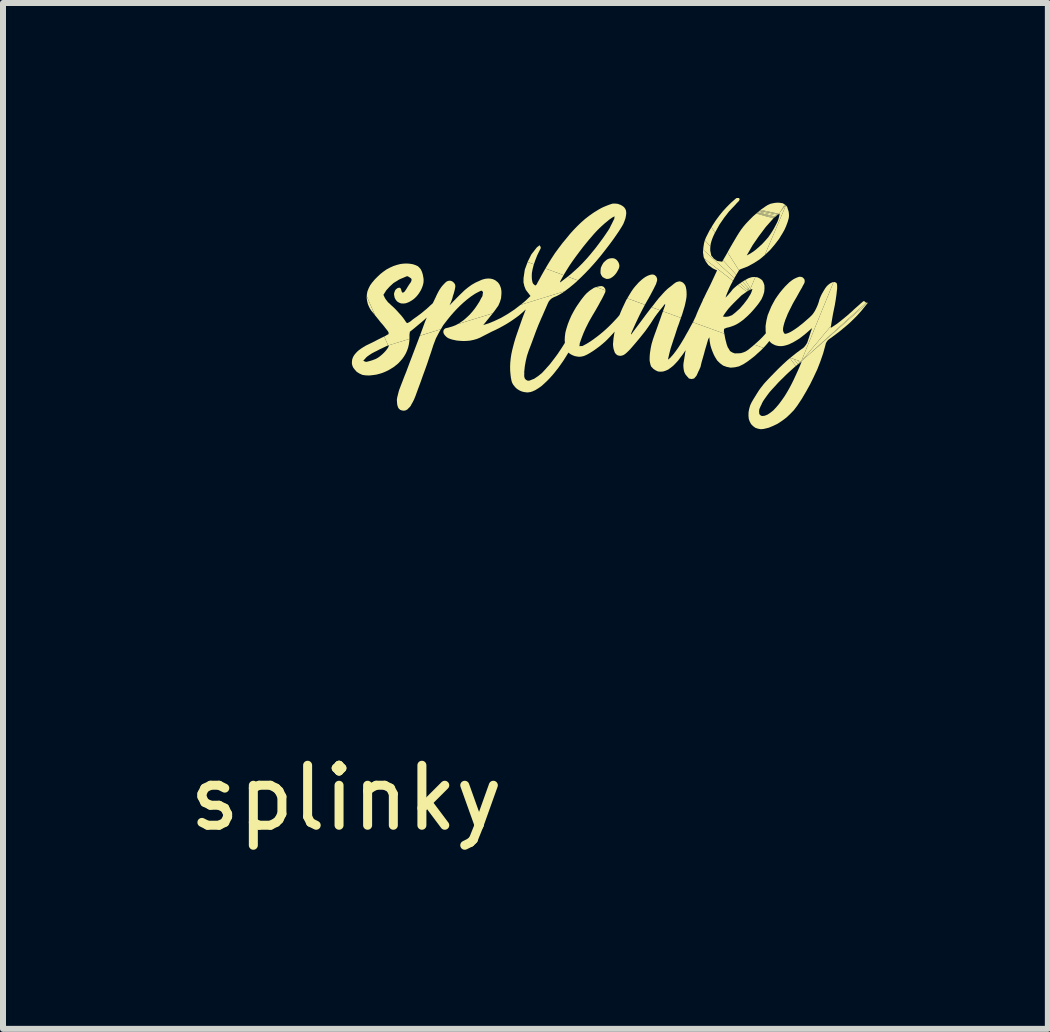
<source format=kicad_pcb>
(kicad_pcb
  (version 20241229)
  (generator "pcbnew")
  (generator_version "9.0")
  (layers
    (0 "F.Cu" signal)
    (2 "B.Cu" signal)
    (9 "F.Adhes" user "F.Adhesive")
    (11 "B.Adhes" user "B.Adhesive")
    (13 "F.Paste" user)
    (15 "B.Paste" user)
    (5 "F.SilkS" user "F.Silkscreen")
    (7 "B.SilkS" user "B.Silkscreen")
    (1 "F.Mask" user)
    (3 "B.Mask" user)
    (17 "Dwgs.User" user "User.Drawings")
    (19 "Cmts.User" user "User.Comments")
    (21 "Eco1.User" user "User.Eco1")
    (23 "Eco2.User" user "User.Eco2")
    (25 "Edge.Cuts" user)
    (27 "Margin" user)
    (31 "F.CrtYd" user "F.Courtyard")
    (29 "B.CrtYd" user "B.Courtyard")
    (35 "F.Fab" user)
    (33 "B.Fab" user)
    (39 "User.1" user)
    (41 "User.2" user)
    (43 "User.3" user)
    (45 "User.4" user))
  (footprint "splinky"
    (layer "F.Cu")
    (at 2.72 0.25)
    (property "Reference" "splinky" (at 0 10 0) (layer "F.SilkS") (effects (font (size 1 1) (thickness 0.15))))
    (attr through_hole)
    (fp_poly (pts (xy 6.677 1.561) (xy 6.677 1.562) (xy 6.677 1.561)) (stroke (width 0) (type solid)) (fill yes) (layer "F.SilkS"))
    (fp_poly (pts (xy 6.677 1.561) (xy 6.677 1.561) (xy 6.678 1.559)) (stroke (width 0) (type solid)) (fill yes) (layer "F.SilkS"))
    (fp_poly (pts (xy 6.701 1.545) (xy 6.677 1.561) (xy 6.687 1.532)) (stroke (width 0) (type solid)) (fill yes) (layer "F.SilkS"))
    (fp_poly (pts (xy 6.729 1.532) (xy 6.701 1.545) (xy 6.71 1.51)) (stroke (width 0) (type solid)) (fill yes) (layer "F.SilkS"))
    (fp_poly (pts (xy 6.749 1.523) (xy 6.729 1.532) (xy 6.739 1.508)) (stroke (width 0) (type solid)) (fill yes) (layer "F.SilkS"))
    (fp_poly (pts (xy 7.128 0.331) (xy 7.12 0.339) (xy 7.128 0.331)) (stroke (width 0) (type solid)) (fill yes) (layer "F.SilkS"))
    (fp_poly (pts (xy 7.137 0.324) (xy 7.128 0.331) (xy 7.136 0.324)) (stroke (width 0) (type solid)) (fill yes) (layer "F.SilkS"))
    (fp_poly (pts (xy 7.146 0.317) (xy 7.137 0.324) (xy 7.145 0.316)) (stroke (width 0) (type solid)) (fill yes) (layer "F.SilkS"))
    (fp_poly (pts (xy 7.156 0.31) (xy 7.146 0.317) (xy 7.153 0.309)) (stroke (width 0) (type solid)) (fill yes) (layer "F.SilkS"))
    (fp_poly (pts (xy 7.157 0.31) (xy 7.156 0.31) (xy 7.156 0.31)) (stroke (width 0) (type solid)) (fill yes) (layer "F.SilkS"))
    (fp_poly (pts (xy 7.178 0.292) (xy 7.157 0.31) (xy 7.174 0.291)) (stroke (width 0) (type solid)) (fill yes) (layer "F.SilkS"))
    (fp_poly (pts (xy 7.198 0.275) (xy 7.178 0.292) (xy 7.193 0.274)) (stroke (width 0) (type solid)) (fill yes) (layer "F.SilkS"))
    (fp_poly (pts (xy 7.202 0.273) (xy 7.198 0.275) (xy 7.2 0.272)) (stroke (width 0) (type solid)) (fill yes) (layer "F.SilkS"))
    (fp_poly (pts (xy 7.213 0.268) (xy 7.202 0.273) (xy 7.207 0.267)) (stroke (width 0) (type solid)) (fill yes) (layer "F.SilkS"))
    (fp_poly (pts (xy 7.219 0.266) (xy 7.213 0.268) (xy 7.215 0.265)) (stroke (width 0) (type solid)) (fill yes) (layer "F.SilkS"))
    (fp_poly (pts (xy 7.326 0.122) (xy 7.277 0.178) (xy 7.324 0.121)) (stroke (width 0) (type solid)) (fill yes) (layer "F.SilkS"))
    (fp_poly (pts (xy 7.327 0.123) (xy 7.293 0.16) (xy 7.326 0.122)) (stroke (width 0) (type solid)) (fill yes) (layer "F.SilkS"))
    (fp_poly (pts (xy 7.327 0.124) (xy 7.311 0.141) (xy 7.327 0.123)) (stroke (width 0) (type solid)) (fill yes) (layer "F.SilkS"))
    (fp_poly (pts (xy 7.327 0.124) (xy 7.314 0.138) (xy 7.327 0.124)) (stroke (width 0) (type solid)) (fill yes) (layer "F.SilkS"))
    (fp_poly (pts (xy 7.327 0.124) (xy 7.318 0.134) (xy 7.327 0.124)) (stroke (width 0) (type solid)) (fill yes) (layer "F.SilkS"))
    (fp_poly (pts (xy 7.53 2.772) (xy 7.494 2.801) (xy 7.529 2.77)) (stroke (width 0) (type solid)) (fill yes) (layer "F.SilkS"))
    (fp_poly (pts (xy 7.563 2.748) (xy 7.53 2.772) (xy 7.561 2.745)) (stroke (width 0) (type solid)) (fill yes) (layer "F.SilkS"))
    (fp_poly (pts (xy 7.566 2.722) (xy 7.581 2.727) (xy 7.574 2.735)) (stroke (width 0) (type solid)) (fill yes) (layer "F.SilkS"))
    (fp_poly (pts (xy 7.577 2.739) (xy 7.563 2.748) (xy 7.574 2.735)) (stroke (width 0) (type solid)) (fill yes) (layer "F.SilkS"))
    (fp_poly (pts (xy 7.59 2.731) (xy 7.577 2.739) (xy 7.582 2.728)) (stroke (width 0) (type solid)) (fill yes) (layer "F.SilkS"))
    (fp_poly (pts (xy 6.699 1.498) (xy 6.702 1.502) (xy 6.688 1.534) (xy 6.687 1.532)) (stroke (width 0) (type solid)) (fill yes) (layer "F.SilkS"))
    (fp_poly (pts (xy 6.701 1.545) (xy 6.688 1.534) (xy 6.702 1.502) (xy 6.71 1.51)) (stroke (width 0) (type solid)) (fill yes) (layer "F.SilkS"))
    (fp_poly (pts (xy 6.719 1.475) (xy 6.739 1.508) (xy 6.729 1.532) (xy 6.71 1.51)) (stroke (width 0) (type solid)) (fill yes) (layer "F.SilkS"))
    (fp_poly (pts (xy 6.84 0.254) (xy 6.846 0.249) (xy 7.135 0.324) (xy 7.128 0.331)) (stroke (width 0) (type solid)) (fill yes) (layer "F.SilkS"))
    (fp_poly (pts (xy 6.846 0.249) (xy 6.851 0.245) (xy 7.143 0.316) (xy 7.136 0.324)) (stroke (width 0) (type solid)) (fill yes) (layer "F.SilkS"))
    (fp_poly (pts (xy 6.857 0.24) (xy 6.857 0.24) (xy 7.154 0.309) (xy 7.153 0.309)) (stroke (width 0) (type solid)) (fill yes) (layer "F.SilkS"))
    (fp_poly (pts (xy 6.857 0.24) (xy 6.871 0.229) (xy 7.173 0.291) (xy 7.156 0.31)) (stroke (width 0) (type solid)) (fill yes) (layer "F.SilkS"))
    (fp_poly (pts (xy 6.871 0.229) (xy 6.884 0.218) (xy 7.19 0.274) (xy 7.174 0.291)) (stroke (width 0) (type solid)) (fill yes) (layer "F.SilkS"))
    (fp_poly (pts (xy 6.884 0.218) (xy 6.888 0.215) (xy 7.196 0.271) (xy 7.193 0.274)) (stroke (width 0) (type solid)) (fill yes) (layer "F.SilkS"))
    (fp_poly (pts (xy 6.888 0.215) (xy 6.895 0.209) (xy 7.205 0.266) (xy 7.2 0.272)) (stroke (width 0) (type solid)) (fill yes) (layer "F.SilkS"))
    (fp_poly (pts (xy 6.895 0.209) (xy 6.908 0.198) (xy 7.209 0.264) (xy 7.207 0.267)) (stroke (width 0) (type solid)) (fill yes) (layer "F.SilkS"))
    (fp_poly (pts (xy 7.12 0.339) (xy 6.835 0.259) (xy 6.84 0.254) (xy 7.128 0.331)) (stroke (width 0) (type solid)) (fill yes) (layer "F.SilkS"))
    (fp_poly (pts (xy 7.128 0.331) (xy 7.128 0.331) (xy 7.135 0.324) (xy 7.136 0.324)) (stroke (width 0) (type solid)) (fill yes) (layer "F.SilkS"))
    (fp_poly (pts (xy 7.135 0.324) (xy 7.135 0.324) (xy 7.128 0.331) (xy 7.128 0.331)) (stroke (width 0) (type solid)) (fill yes) (layer "F.SilkS"))
    (fp_poly (pts (xy 7.143 0.316) (xy 7.145 0.316) (xy 7.137 0.324) (xy 7.136 0.324)) (stroke (width 0) (type solid)) (fill yes) (layer "F.SilkS"))
    (fp_poly (pts (xy 7.152 0.309) (xy 7.153 0.309) (xy 7.146 0.317) (xy 7.145 0.316)) (stroke (width 0) (type solid)) (fill yes) (layer "F.SilkS"))
    (fp_poly (pts (xy 7.154 0.309) (xy 7.156 0.31) (xy 7.156 0.31) (xy 7.153 0.309)) (stroke (width 0) (type solid)) (fill yes) (layer "F.SilkS"))
    (fp_poly (pts (xy 7.173 0.291) (xy 7.174 0.291) (xy 7.157 0.31) (xy 7.156 0.31)) (stroke (width 0) (type solid)) (fill yes) (layer "F.SilkS"))
    (fp_poly (pts (xy 7.19 0.274) (xy 7.193 0.274) (xy 7.178 0.292) (xy 7.174 0.291)) (stroke (width 0) (type solid)) (fill yes) (layer "F.SilkS"))
    (fp_poly (pts (xy 7.196 0.271) (xy 7.2 0.272) (xy 7.198 0.275) (xy 7.193 0.274)) (stroke (width 0) (type solid)) (fill yes) (layer "F.SilkS"))
    (fp_poly (pts (xy 7.205 0.266) (xy 7.207 0.267) (xy 7.202 0.273) (xy 7.2 0.272)) (stroke (width 0) (type solid)) (fill yes) (layer "F.SilkS"))
    (fp_poly (pts (xy 7.209 0.264) (xy 7.215 0.265) (xy 7.213 0.268) (xy 7.207 0.267)) (stroke (width 0) (type solid)) (fill yes) (layer "F.SilkS"))
    (fp_poly (pts (xy 7.316 0.112) (xy 7.321 0.117) (xy 7.241 0.222) (xy 7.31 0.108)) (stroke (width 0) (type solid)) (fill yes) (layer "F.SilkS"))
    (fp_poly (pts (xy 7.324 0.121) (xy 7.24 0.224) (xy 7.241 0.222) (xy 7.321 0.117)) (stroke (width 0) (type solid)) (fill yes) (layer "F.SilkS"))
    (fp_poly (pts (xy 7.327 0.123) (xy 7.284 0.17) (xy 7.293 0.16) (xy 7.327 0.123)) (stroke (width 0) (type solid)) (fill yes) (layer "F.SilkS"))
    (fp_poly (pts (xy 7.327 0.124) (xy 7.317 0.135) (xy 7.318 0.134) (xy 7.327 0.124)) (stroke (width 0) (type solid)) (fill yes) (layer "F.SilkS"))
    (fp_poly (pts (xy 7.328 0.124) (xy 7.315 0.136) (xy 7.317 0.135) (xy 7.327 0.124)) (stroke (width 0) (type solid)) (fill yes) (layer "F.SilkS"))
    (fp_poly (pts (xy 7.458 2.683) (xy 7.531 2.709) (xy 7.559 2.743) (xy 7.529 2.77)) (stroke (width 0) (type solid)) (fill yes) (layer "F.SilkS"))
    (fp_poly (pts (xy 7.53 2.772) (xy 7.529 2.77) (xy 7.559 2.744) (xy 7.561 2.745)) (stroke (width 0) (type solid)) (fill yes) (layer "F.SilkS"))
    (fp_poly (pts (xy 7.531 2.709) (xy 7.566 2.722) (xy 7.573 2.733) (xy 7.561 2.745)) (stroke (width 0) (type solid)) (fill yes) (layer "F.SilkS"))
    (fp_poly (pts (xy 7.559 2.743) (xy 7.559 2.744) (xy 7.529 2.77) (xy 7.529 2.77)) (stroke (width 0) (type solid)) (fill yes) (layer "F.SilkS"))
    (fp_poly (pts (xy 7.573 2.733) (xy 7.574 2.735) (xy 7.563 2.748) (xy 7.561 2.745)) (stroke (width 0) (type solid)) (fill yes) (layer "F.SilkS"))
    (fp_poly (pts (xy 7.581 2.727) (xy 7.582 2.728) (xy 7.577 2.739) (xy 7.574 2.735)) (stroke (width 0) (type solid)) (fill yes) (layer "F.SilkS"))
    (fp_poly (pts (xy 7.658 2.657) (xy 7.667 2.649) (xy 8.694 1.746) (xy 8.695 1.746)) (stroke (width 0) (type solid)) (fill yes) (layer "F.SilkS"))
    (fp_poly (pts (xy 6.605 1.395) (xy 6.626 1.381) (xy 6.65 1.367) (xy 6.719 1.475) (xy 6.71 1.51)) (stroke (width 0) (type solid)) (fill yes) (layer "F.SilkS"))
    (fp_poly (pts (xy 6.851 0.245) (xy 6.852 0.244) (xy 6.857 0.24) (xy 7.152 0.309) (xy 7.145 0.316)) (stroke (width 0) (type solid)) (fill yes) (layer "F.SilkS"))
    (fp_poly (pts (xy 7.494 2.801) (xy 7.396 2.669) (xy 7.404 2.663) (xy 7.458 2.683) (xy 7.529 2.77)) (stroke (width 0) (type solid)) (fill yes) (layer "F.SilkS"))
    (fp_poly (pts (xy 8.669 1.746) (xy 8.669 1.746) (xy 8.694 1.746) (xy 7.667 2.649) (xy 8.666 1.745)) (stroke (width 0) (type solid)) (fill yes) (layer "F.SilkS"))
    (fp_poly (pts (xy 6.565 1.421) (xy 6.566 1.42) (xy 6.596 1.4) (xy 6.605 1.395) (xy 6.699 1.498) (xy 6.687 1.532)) (stroke (width 0) (type solid)) (fill yes) (layer "F.SilkS"))
    (fp_poly (pts (xy 6.678 1.559) (xy 6.677 1.561) (xy 6.53 1.447) (xy 6.538 1.441) (xy 6.565 1.421) (xy 6.687 1.532)) (stroke (width 0) (type solid)) (fill yes) (layer "F.SilkS"))
    (fp_poly (pts (xy 6.547 1.206) (xy 6.533 1.228) (xy 6.515 1.258) (xy 6.501 1.281) (xy 6.28 1.038) (xy 6.3 1.004) (xy 6.338 0.939) (xy 6.356 0.906)) (stroke (width 0) (type solid)) (fill yes) (layer "F.SilkS"))
    (fp_poly (pts (xy 6.47 1.335) (xy 6.446 1.381) (xy 5.97 1.011) (xy 5.958 0.985) (xy 5.947 0.904) (xy 5.947 0.903) (xy 5.947 0.902) (xy 5.949 0.866) (xy 5.95 0.862)) (stroke (width 0) (type solid)) (fill yes) (layer "F.SilkS"))
    (fp_poly (pts (xy 4.275 1.473) (xy 4.293 1.482) (xy 4.306 1.499) (xy 4.317 1.516) (xy 4.321 1.535) (xy 4.321 1.54) (xy 4.168 1.484) (xy 4.169 1.484) (xy 4.186 1.479) (xy 4.202 1.475) (xy 4.218 1.472) (xy 4.232 1.47) (xy 4.232 1.47) (xy 4.255 1.468)) (stroke (width 0) (type solid)) (fill yes) (layer "F.SilkS"))
    (fp_poly (pts (xy 6.908 0.198) (xy 6.922 0.187) (xy 6.994 0.137) (xy 7.021 0.12) (xy 7.048 0.107) (xy 7.074 0.096) (xy 7.101 0.09) (xy 7.13 0.084) (xy 7.159 0.08) (xy 7.189 0.078) (xy 7.219 0.079) (xy 7.275 0.087) (xy 7.31 0.108) (xy 7.215 0.265)) (stroke (width 0) (type solid)) (fill yes) (layer "F.SilkS"))
    (fp_poly (pts (xy 6.147 0.579) (xy 6.135 0.602) (xy 6.117 0.641) (xy 6.101 0.68) (xy 6.088 0.719) (xy 6.077 0.758) (xy 6.071 0.798) (xy 6.07 0.807) (xy 5.978 0.706) (xy 5.984 0.689) (xy 5.997 0.656) (xy 6.014 0.624) (xy 6.014 0.623) (xy 6.014 0.623) (xy 6.014 0.623) (xy 6.014 0.623) (xy 6.058 0.537) (xy 6.089 0.486)) (stroke (width 0) (type solid)) (fill yes) (layer "F.SilkS"))
    (fp_poly (pts (xy 0.48 1.954) (xy 0.478 1.951) (xy 0.478 1.951) (xy 0.478 1.951) (xy 0.466 1.935) (xy 0.453 1.92) (xy 0.44 1.904) (xy 0.427 1.889) (xy 0.426 1.889) (xy 0.426 1.888) (xy 0.414 1.872) (xy 0.403 1.855) (xy 0.393 1.838) (xy 0.383 1.82) (xy 0.383 1.82) (xy 0.361 1.768) (xy 0.349 1.716) (xy 0.341 1.664) (xy 0.343 1.638)) (stroke (width 0) (type solid)) (fill yes) (layer "F.SilkS"))
    (fp_poly (pts (xy 6.07 0.807) (xy 6.068 0.838) (xy 6.068 0.878) (xy 6.085 0.96) (xy 6.129 1.012) (xy 6.184 1.049) (xy 6.267 1.062) (xy 6.28 1.038) (xy 6.501 1.281) (xy 6.496 1.289) (xy 6.477 1.322) (xy 6.477 1.321) (xy 6.47 1.335) (xy 5.95 0.862) (xy 5.953 0.829) (xy 5.958 0.794) (xy 5.964 0.758) (xy 5.972 0.723) (xy 5.978 0.706)) (stroke (width 0) (type solid)) (fill yes) (layer "F.SilkS"))
    (fp_poly (pts (xy 6.65 1.367) (xy 6.657 1.363) (xy 6.657 1.363) (xy 6.657 1.363) (xy 6.664 1.36) (xy 6.67 1.357) (xy 6.675 1.353) (xy 6.68 1.35) (xy 6.681 1.35) (xy 6.681 1.349) (xy 6.688 1.346) (xy 6.695 1.343) (xy 6.702 1.339) (xy 6.709 1.336) (xy 6.71 1.335) (xy 6.71 1.335) (xy 6.763 1.319) (xy 6.811 1.317) (xy 6.82 1.318) (xy 6.739 1.508)) (stroke (width 0) (type solid)) (fill yes) (layer "F.SilkS"))
    (fp_poly (pts (xy 8.132 1.4) (xy 8.143 1.402) (xy 8.154 1.406) (xy 8.164 1.411) (xy 8.172 1.418) (xy 8.179 1.428) (xy 8.18 1.44) (xy 8.183 1.463) (xy 8.183 1.486) (xy 8.183 1.509) (xy 8.18 1.532) (xy 8.18 1.532) (xy 8.171 1.613) (xy 8.159 1.696) (xy 8.145 1.781) (xy 8.127 1.868) (xy 8.11 1.954) (xy 8.096 2.036) (xy 8.085 2.102) (xy 8.081 2.132) (xy 7.583 2.725) (xy 8.124 1.4)) (stroke (width 0) (type solid)) (fill yes) (layer "F.SilkS"))
    (fp_poly (pts (xy 7.349 0.146) (xy 7.364 0.196) (xy 7.365 0.197) (xy 7.371 0.214) (xy 7.375 0.231) (xy 7.378 0.25) (xy 7.379 0.268) (xy 7.38 0.285) (xy 7.38 0.302) (xy 7.378 0.321) (xy 7.375 0.34) (xy 7.375 0.341) (xy 7.375 0.341) (xy 7.356 0.406) (xy 7.333 0.467) (xy 7.307 0.526) (xy 7.277 0.58) (xy 7.214 0.683) (xy 7.142 0.777) (xy 7.066 0.866) (xy 6.981 0.947) (xy 6.976 0.952) (xy 7.328 0.124)) (stroke (width 0) (type solid)) (fill yes) (layer "F.SilkS"))
    (fp_poly (pts (xy 3.229 0.798) (xy 3.238 0.81) (xy 3.242 0.822) (xy 3.243 0.836) (xy 3.237 0.848) (xy 3.238 0.846) (xy 3.235 0.853) (xy 3.231 0.86) (xy 3.228 0.867) (xy 3.224 0.874) (xy 3.224 0.874) (xy 3.185 0.953) (xy 3.153 1.034) (xy 3.128 1.105) (xy 3.024 1.067) (xy 3.025 1.063) (xy 3.087 0.939) (xy 3.176 0.825) (xy 3.176 0.825) (xy 3.177 0.825) (xy 3.181 0.821) (xy 3.185 0.817) (xy 3.19 0.813) (xy 3.196 0.809) (xy 3.201 0.806) (xy 3.205 0.803) (xy 3.208 0.8) (xy 3.211 0.797) (xy 3.221 0.787)) (stroke (width 0) (type solid)) (fill yes) (layer "F.SilkS"))
    (fp_poly (pts (xy 8.637 1.722) (xy 8.637 1.722) (xy 8.646 1.727) (xy 8.653 1.735) (xy 8.654 1.736) (xy 8.66 1.741) (xy 8.665 1.744) (xy 8.666 1.745) (xy 7.583 2.725) (xy 8.081 2.132) (xy 8.076 2.165) (xy 8.104 2.148) (xy 8.131 2.13) (xy 8.168 2.105) (xy 8.201 2.081) (xy 8.233 2.056) (xy 8.265 2.03) (xy 8.297 2.004) (xy 8.328 1.978) (xy 8.328 1.978) (xy 8.328 1.978) (xy 8.361 1.951) (xy 8.393 1.922) (xy 8.426 1.893) (xy 8.458 1.863) (xy 8.458 1.862) (xy 8.458 1.862) (xy 8.493 1.831) (xy 8.532 1.797) (xy 8.571 1.762) (xy 8.614 1.725) (xy 8.615 1.724) (xy 8.615 1.724) (xy 8.626 1.719)) (stroke (width 0) (type solid)) (fill yes) (layer "F.SilkS"))
    (fp_poly (pts (xy 6.551 0.005) (xy 6.555 0.015) (xy 6.557 0.026) (xy 6.552 0.036) (xy 6.551 0.041) (xy 6.548 0.045) (xy 6.545 0.051) (xy 6.54 0.055) (xy 6.523 0.073) (xy 6.507 0.089) (xy 6.506 0.09) (xy 6.499 0.098) (xy 6.492 0.107) (xy 6.483 0.116) (xy 6.475 0.125) (xy 6.382 0.223) (xy 6.299 0.33) (xy 6.222 0.442) (xy 6.156 0.562) (xy 6.156 0.562) (xy 6.147 0.579) (xy 6.089 0.486) (xy 6.107 0.455) (xy 6.159 0.375) (xy 6.215 0.299) (xy 6.276 0.223) (xy 6.342 0.151) (xy 6.411 0.082) (xy 6.485 0.017) (xy 6.489 0.013) (xy 6.493 0.01) (xy 6.496 0.008) (xy 6.499 0.007) (xy 6.499 0.006) (xy 6.5 0.006) (xy 6.504 0.002) (xy 6.507 0) (xy 6.544 0)) (stroke (width 0) (type solid)) (fill yes) (layer "F.SilkS"))
    (fp_poly (pts (xy 4.444 1.004) (xy 4.455 1.005) (xy 4.475 1.011) (xy 4.493 1.021) (xy 4.493 1.021) (xy 4.511 1.035) (xy 4.525 1.053) (xy 4.537 1.071) (xy 4.546 1.093) (xy 4.546 1.093) (xy 4.552 1.114) (xy 4.553 1.136) (xy 4.55 1.157) (xy 4.542 1.179) (xy 4.533 1.198) (xy 4.522 1.217) (xy 4.512 1.235) (xy 4.5 1.253) (xy 4.486 1.271) (xy 4.471 1.288) (xy 4.454 1.304) (xy 4.435 1.319) (xy 4.402 1.339) (xy 4.37 1.348) (xy 4.338 1.349) (xy 4.308 1.337) (xy 4.274 1.318) (xy 4.253 1.289) (xy 4.239 1.255) (xy 4.239 1.214) (xy 4.239 1.214) (xy 4.239 1.214) (xy 4.239 1.214) (xy 4.244 1.164) (xy 4.264 1.119) (xy 4.29 1.076) (xy 4.33 1.039) (xy 4.349 1.025) (xy 4.369 1.015) (xy 4.39 1.008) (xy 4.411 1.005) (xy 4.423 1.004) (xy 4.434 1.003) (xy 4.434 1.003)) (stroke (width 0) (type solid)) (fill yes) (layer "F.SilkS"))
    (fp_poly (pts (xy 5.119 1.277) (xy 5.138 1.283) (xy 5.154 1.296) (xy 5.154 1.296) (xy 5.169 1.311) (xy 5.177 1.33) (xy 5.183 1.352) (xy 5.182 1.375) (xy 5.182 1.377) (xy 5.181 1.378) (xy 5.178 1.389) (xy 5.175 1.4) (xy 5.171 1.411) (xy 5.168 1.423) (xy 5.168 1.423) (xy 5.168 1.423) (xy 5.164 1.434) (xy 5.159 1.445) (xy 5.155 1.454) (xy 5.15 1.463) (xy 5.149 1.464) (xy 5.125 1.514) (xy 5.099 1.563) (xy 5.073 1.613) (xy 5.046 1.661) (xy 5.046 1.662) (xy 5.005 1.733) (xy 4.979 1.78) (xy 4.685 1.672) (xy 4.749 1.565) (xy 4.749 1.565) (xy 4.772 1.531) (xy 4.796 1.498) (xy 4.821 1.468) (xy 4.847 1.439) (xy 4.873 1.41) (xy 4.902 1.383) (xy 4.931 1.357) (xy 4.962 1.333) (xy 4.989 1.315) (xy 5.017 1.3) (xy 5.045 1.288) (xy 5.074 1.279) (xy 5.074 1.279) (xy 5.097 1.275)) (stroke (width 0) (type solid)) (fill yes) (layer "F.SilkS"))
    (fp_poly (pts (xy 1.554 2.228) (xy 1.496 2.338) (xy 1.452 2.454) (xy 1.419 2.557) (xy 1.384 2.66) (xy 1.35 2.762) (xy 1.314 2.863) (xy 1.277 2.964) (xy 1.241 3.066) (xy 1.203 3.168) (xy 1.165 3.272) (xy 1.165 3.272) (xy 1.157 3.295) (xy 1.148 3.317) (xy 1.139 3.338) (xy 1.131 3.359) (xy 1.131 3.36) (xy 1.13 3.36) (xy 1.12 3.381) (xy 1.109 3.402) (xy 1.098 3.422) (xy 1.086 3.442) (xy 1.085 3.444) (xy 1.08 3.456) (xy 1.073 3.467) (xy 1.065 3.478) (xy 1.056 3.488) (xy 1.038 3.505) (xy 1.021 3.523) (xy 1.02 3.524) (xy 0.998 3.537) (xy 0.975 3.543) (xy 0.951 3.545) (xy 0.926 3.54) (xy 0.902 3.532) (xy 0.884 3.517) (xy 0.868 3.498) (xy 0.859 3.473) (xy 0.859 3.473) (xy 0.854 3.458) (xy 0.851 3.443) (xy 0.849 3.428) (xy 0.848 3.413) (xy 0.848 3.415) (xy 0.847 3.401) (xy 0.846 3.386) (xy 0.845 3.372) (xy 0.845 3.358) (xy 0.845 3.357) (xy 0.845 3.356) (xy 0.852 3.317) (xy 0.862 3.278) (xy 0.872 3.238) (xy 0.883 3.198) (xy 0.883 3.198) (xy 0.884 3.197) (xy 0.913 3.121) (xy 0.942 3.046) (xy 0.971 2.97) (xy 1.001 2.896) (xy 1.029 2.821) (xy 1.057 2.746) (xy 1.086 2.67) (xy 1.115 2.594) (xy 1.156 2.486) (xy 1.197 2.379) (xy 1.228 2.296) (xy 1.578 2.188)) (stroke (width 0) (type solid)) (fill yes) (layer "F.SilkS"))
    (fp_poly (pts (xy 7.24 0.224) (xy 7.277 0.178) (xy 7.284 0.17) (xy 7.311 0.141) (xy 7.314 0.138) (xy 7.315 0.136) (xy 7.328 0.124) (xy 7.328 0.124) (xy 6.976 0.952) (xy 6.893 1.022) (xy 6.795 1.085) (xy 6.691 1.142) (xy 6.577 1.185) (xy 6.578 1.185) (xy 6.567 1.19) (xy 6.559 1.194) (xy 6.554 1.197) (xy 6.551 1.199) (xy 6.547 1.206) (xy 6.356 0.906) (xy 6.357 0.904) (xy 6.376 0.87) (xy 6.395 0.836) (xy 6.414 0.803) (xy 6.414 0.803) (xy 6.447 0.746) (xy 6.481 0.689) (xy 6.514 0.633) (xy 6.549 0.577) (xy 6.549 0.577) (xy 6.586 0.522) (xy 6.627 0.469) (xy 6.67 0.419) (xy 6.716 0.371) (xy 6.783 0.304) (xy 6.835 0.259) (xy 7.12 0.339) (xy 7.12 0.34) (xy 6.993 0.483) (xy 6.881 0.632) (xy 6.775 0.785) (xy 6.684 0.944) (xy 6.683 0.945) (xy 6.682 0.946) (xy 6.68 0.948) (xy 6.679 0.95) (xy 6.679 0.952) (xy 6.679 0.955) (xy 6.679 0.955) (xy 6.679 0.956) (xy 6.725 0.932) (xy 6.772 0.902) (xy 6.827 0.862) (xy 6.882 0.814) (xy 6.937 0.763) (xy 6.987 0.709) (xy 7.035 0.654) (xy 7.077 0.594) (xy 7.102 0.555) (xy 7.126 0.515) (xy 7.148 0.474) (xy 7.169 0.433) (xy 7.169 0.433) (xy 7.17 0.432) (xy 7.19 0.391) (xy 7.207 0.344) (xy 7.217 0.305) (xy 7.225 0.264) (xy 7.219 0.266) (xy 7.215 0.265)) (stroke (width 0) (type solid)) (fill yes) (layer "F.SilkS"))
    (fp_poly (pts (xy 5.589 1.398) (xy 5.614 1.411) (xy 5.634 1.432) (xy 5.65 1.455) (xy 5.661 1.485) (xy 5.661 1.486) (xy 5.661 1.486) (xy 5.669 1.526) (xy 5.673 1.566) (xy 5.674 1.607) (xy 5.672 1.649) (xy 5.672 1.65) (xy 5.664 1.701) (xy 5.653 1.754) (xy 5.64 1.808) (xy 5.623 1.863) (xy 5.623 1.864) (xy 5.612 1.9) (xy 5.601 1.937) (xy 5.588 1.973) (xy 5.579 1.998) (xy 5.279 1.889) (xy 5.314 1.793) (xy 5.314 1.792) (xy 5.315 1.79) (xy 5.315 1.787) (xy 5.316 1.784) (xy 5.316 1.78) (xy 5.316 1.774) (xy 5.317 1.767) (xy 5.311 1.771) (xy 5.306 1.775) (xy 5.306 1.775) (xy 5.306 1.775) (xy 5.301 1.78) (xy 5.297 1.785) (xy 5.293 1.789) (xy 5.29 1.794) (xy 5.29 1.795) (xy 5.29 1.795) (xy 5.268 1.823) (xy 5.246 1.85) (xy 5.229 1.87) (xy 5.091 1.82) (xy 5.119 1.786) (xy 5.141 1.757) (xy 5.163 1.728) (xy 5.186 1.7) (xy 5.208 1.672) (xy 5.209 1.672) (xy 5.209 1.671) (xy 5.233 1.644) (xy 5.257 1.617) (xy 5.281 1.59) (xy 5.305 1.564) (xy 5.306 1.564) (xy 5.306 1.563) (xy 5.325 1.544) (xy 5.344 1.526) (xy 5.363 1.509) (xy 5.382 1.493) (xy 5.383 1.493) (xy 5.383 1.493) (xy 5.404 1.477) (xy 5.424 1.461) (xy 5.445 1.444) (xy 5.465 1.427) (xy 5.466 1.427) (xy 5.466 1.427) (xy 5.499 1.404) (xy 5.531 1.394) (xy 5.561 1.389)) (stroke (width 0) (type solid)) (fill yes) (layer "F.SilkS"))
    (fp_poly (pts (xy 3.128 1.105) (xy 3.125 1.115) (xy 3.104 1.197) (xy 3.105 1.197) (xy 3.095 1.249) (xy 3.093 1.301) (xy 3.095 1.352) (xy 3.104 1.402) (xy 3.107 1.41) (xy 3.111 1.417) (xy 3.114 1.424) (xy 3.117 1.43) (xy 3.122 1.435) (xy 3.131 1.442) (xy 3.14 1.45) (xy 3.152 1.459) (xy 3.161 1.453) (xy 3.168 1.447) (xy 3.176 1.438) (xy 3.181 1.429) (xy 3.187 1.416) (xy 3.194 1.402) (xy 3.201 1.389) (xy 3.209 1.376) (xy 3.26 1.282) (xy 3.312 1.19) (xy 3.321 1.175) (xy 3.624 1.286) (xy 3.58 1.366) (xy 3.579 1.366) (xy 3.574 1.377) (xy 3.568 1.392) (xy 3.565 1.398) (xy 3.562 1.405) (xy 3.565 1.404) (xy 3.568 1.404) (xy 3.571 1.404) (xy 3.573 1.403) (xy 3.575 1.402) (xy 3.577 1.4) (xy 3.577 1.4) (xy 3.578 1.399) (xy 3.604 1.379) (xy 3.631 1.358) (xy 3.658 1.337) (xy 3.685 1.316) (xy 3.692 1.311) (xy 3.862 1.373) (xy 3.832 1.401) (xy 3.832 1.401) (xy 3.832 1.401) (xy 3.788 1.439) (xy 3.744 1.475) (xy 3.7 1.51) (xy 3.655 1.544) (xy 3.655 1.544) (xy 3.64 1.555) (xy 2.908 1.78) (xy 2.991 1.711) (xy 3.072 1.633) (xy 3.069 1.629) (xy 3.066 1.626) (xy 3.06 1.618) (xy 3.055 1.611) (xy 3.05 1.604) (xy 3.045 1.597) (xy 3.039 1.59) (xy 3.034 1.583) (xy 2.994 1.531) (xy 2.97 1.471) (xy 2.955 1.407) (xy 2.956 1.335) (xy 2.956 1.335) (xy 2.977 1.194) (xy 3.024 1.067)) (stroke (width 0) (type solid)) (fill yes) (layer "F.SilkS"))
    (fp_poly (pts (xy 0.699 2.457) (xy 0.687 2.462) (xy 0.664 2.472) (xy 0.638 2.485) (xy 0.638 2.485) (xy 0.638 2.485) (xy 0.612 2.497) (xy 0.585 2.51) (xy 0.558 2.523) (xy 0.531 2.537) (xy 0.504 2.551) (xy 0.477 2.564) (xy 0.45 2.578) (xy 0.424 2.592) (xy 0.402 2.607) (xy 0.382 2.62) (xy 0.365 2.632) (xy 0.35 2.643) (xy 0.35 2.643) (xy 0.341 2.651) (xy 0.332 2.659) (xy 0.325 2.667) (xy 0.318 2.676) (xy 0.318 2.676) (xy 0.308 2.687) (xy 0.297 2.698) (xy 0.291 2.704) (xy 0.285 2.71) (xy 0.301 2.721) (xy 0.318 2.728) (xy 0.34 2.731) (xy 0.363 2.725) (xy 0.363 2.725) (xy 0.364 2.725) (xy 0.389 2.718) (xy 0.414 2.711) (xy 0.439 2.703) (xy 0.463 2.694) (xy 0.494 2.682) (xy 0.523 2.666) (xy 0.55 2.648) (xy 0.576 2.627) (xy 0.576 2.627) (xy 0.576 2.627) (xy 0.601 2.606) (xy 0.625 2.583) (xy 0.649 2.558) (xy 0.671 2.532) (xy 0.671 2.531) (xy 0.679 2.521) (xy 0.687 2.511) (xy 0.694 2.5) (xy 0.701 2.488) (xy 0.706 2.476) (xy 0.709 2.464) (xy 0.709 2.459) (xy 0.709 2.455) (xy 1.054 2.349) (xy 1.053 2.382) (xy 1.045 2.439) (xy 1.032 2.495) (xy 1.013 2.548) (xy 1.013 2.548) (xy 0.991 2.596) (xy 0.964 2.641) (xy 0.934 2.683) (xy 0.9 2.722) (xy 0.866 2.758) (xy 0.827 2.79) (xy 0.787 2.821) (xy 0.742 2.848) (xy 0.742 2.849) (xy 0.698 2.874) (xy 0.653 2.895) (xy 0.607 2.914) (xy 0.56 2.929) (xy 0.56 2.929) (xy 0.502 2.944) (xy 0.445 2.952) (xy 0.388 2.958) (xy 0.332 2.957) (xy 0.331 2.957) (xy 0.272 2.949) (xy 0.221 2.926) (xy 0.174 2.896) (xy 0.136 2.852) (xy 0.115 2.823) (xy 0.102 2.791) (xy 0.095 2.759) (xy 0.096 2.725) (xy 0.1 2.692) (xy 0.111 2.66) (xy 0.127 2.628) (xy 0.15 2.597) (xy 0.151 2.597) (xy 0.17 2.575) (xy 0.191 2.554) (xy 0.213 2.535) (xy 0.236 2.519) (xy 0.258 2.503) (xy 0.282 2.488) (xy 0.306 2.474) (xy 0.33 2.459) (xy 0.33 2.459) (xy 0.33 2.459) (xy 0.37 2.44) (xy 0.409 2.421) (xy 0.447 2.402) (xy 0.485 2.383) (xy 0.525 2.362) (xy 0.565 2.342) (xy 0.605 2.322) (xy 0.634 2.308)) (stroke (width 0) (type solid)) (fill yes) (layer "F.SilkS"))
    (fp_poly (pts (xy 4.529 0.098) (xy 4.574 0.115) (xy 4.574 0.115) (xy 4.574 0.115) (xy 4.601 0.13) (xy 4.623 0.146) (xy 4.64 0.164) (xy 4.652 0.183) (xy 4.662 0.204) (xy 4.666 0.229) (xy 4.668 0.256) (xy 4.664 0.288) (xy 4.664 0.288) (xy 4.655 0.337) (xy 4.638 0.386) (xy 4.618 0.435) (xy 4.59 0.483) (xy 4.544 0.556) (xy 4.496 0.626) (xy 4.447 0.696) (xy 4.396 0.765) (xy 4.396 0.765) (xy 4.345 0.832) (xy 4.293 0.899) (xy 4.24 0.966) (xy 4.185 1.032) (xy 4.143 1.081) (xy 4.1 1.129) (xy 4.057 1.177) (xy 4.012 1.224) (xy 3.968 1.269) (xy 3.924 1.313) (xy 3.878 1.357) (xy 3.862 1.373) (xy 3.692 1.311) (xy 3.712 1.295) (xy 3.738 1.274) (xy 3.763 1.252) (xy 3.788 1.23) (xy 3.788 1.23) (xy 3.869 1.157) (xy 3.945 1.08) (xy 4.018 1.001) (xy 4.087 0.92) (xy 4.087 0.919) (xy 4.087 0.919) (xy 4.155 0.836) (xy 4.22 0.75) (xy 4.284 0.663) (xy 4.345 0.574) (xy 4.345 0.573) (xy 4.345 0.573) (xy 4.363 0.548) (xy 4.379 0.522) (xy 4.394 0.497) (xy 4.406 0.471) (xy 4.434 0.416) (xy 4.461 0.36) (xy 4.462 0.359) (xy 4.466 0.352) (xy 4.468 0.345) (xy 4.47 0.338) (xy 4.47 0.331) (xy 4.47 0.33) (xy 4.47 0.329) (xy 4.472 0.318) (xy 4.474 0.307) (xy 4.474 0.307) (xy 4.474 0.306) (xy 4.474 0.306) (xy 4.463 0.311) (xy 4.453 0.316) (xy 4.434 0.326) (xy 4.417 0.338) (xy 4.417 0.338) (xy 4.402 0.348) (xy 4.387 0.359) (xy 4.373 0.37) (xy 4.36 0.382) (xy 4.359 0.382) (xy 4.359 0.382) (xy 4.31 0.422) (xy 4.262 0.465) (xy 4.216 0.508) (xy 4.171 0.554) (xy 4.171 0.554) (xy 4.128 0.601) (xy 4.087 0.649) (xy 4.046 0.696) (xy 4.006 0.745) (xy 3.946 0.819) (xy 3.888 0.895) (xy 3.831 0.971) (xy 3.775 1.049) (xy 3.723 1.125) (xy 3.673 1.204) (xy 3.625 1.284) (xy 3.624 1.286) (xy 3.321 1.175) (xy 3.365 1.1) (xy 3.42 1.011) (xy 3.42 1.011) (xy 3.478 0.922) (xy 3.541 0.836) (xy 3.606 0.75) (xy 3.676 0.666) (xy 3.732 0.597) (xy 3.791 0.532) (xy 3.852 0.469) (xy 3.915 0.408) (xy 3.982 0.349) (xy 4.053 0.294) (xy 4.127 0.242) (xy 4.204 0.195) (xy 4.203 0.195) (xy 4.226 0.182) (xy 4.25 0.169) (xy 4.274 0.157) (xy 4.298 0.146) (xy 4.323 0.136) (xy 4.347 0.126) (xy 4.371 0.117) (xy 4.395 0.108) (xy 4.439 0.094) (xy 4.484 0.093)) (stroke (width 0) (type solid)) (fill yes) (layer "F.SilkS"))
    (fp_poly (pts (xy 7.583 2.725) (xy 7.583 2.725) (xy 7.658 2.657) (xy 8.695 1.746) (xy 8.679 1.767) (xy 8.648 1.805) (xy 8.618 1.842) (xy 8.589 1.878) (xy 8.56 1.911) (xy 8.56 1.911) (xy 8.531 1.943) (xy 8.501 1.975) (xy 8.469 2.007) (xy 8.435 2.04) (xy 8.4 2.074) (xy 8.361 2.109) (xy 8.32 2.144) (xy 8.275 2.181) (xy 8.23 2.219) (xy 8.177 2.259) (xy 8.12 2.302) (xy 8.057 2.348) (xy 8.057 2.348) (xy 8.056 2.348) (xy 8.031 2.367) (xy 8.012 2.392) (xy 7.996 2.419) (xy 7.987 2.453) (xy 7.987 2.454) (xy 7.949 2.592) (xy 7.903 2.725) (xy 7.852 2.856) (xy 7.793 2.981) (xy 7.793 2.982) (xy 7.732 3.106) (xy 7.665 3.227) (xy 7.595 3.346) (xy 7.518 3.462) (xy 7.518 3.462) (xy 7.462 3.536) (xy 7.399 3.601) (xy 7.334 3.662) (xy 7.263 3.715) (xy 7.19 3.763) (xy 7.115 3.799) (xy 7.04 3.83) (xy 6.963 3.848) (xy 6.963 3.848) (xy 6.962 3.849) (xy 6.91 3.854) (xy 6.863 3.845) (xy 6.819 3.83) (xy 6.781 3.802) (xy 6.748 3.768) (xy 6.726 3.727) (xy 6.71 3.682) (xy 6.705 3.63) (xy 6.706 3.571) (xy 6.717 3.513) (xy 6.733 3.457) (xy 6.759 3.402) (xy 6.76 3.402) (xy 6.76 3.401) (xy 6.786 3.356) (xy 6.814 3.311) (xy 6.841 3.267) (xy 6.869 3.223) (xy 6.869 3.222) (xy 6.898 3.18) (xy 6.93 3.139) (xy 6.962 3.098) (xy 6.998 3.058) (xy 6.998 3.058) (xy 7.067 2.985) (xy 7.137 2.913) (xy 7.207 2.842) (xy 7.279 2.773) (xy 7.279 2.773) (xy 7.279 2.773) (xy 7.352 2.706) (xy 7.396 2.669) (xy 7.494 2.801) (xy 7.494 2.801) (xy 7.458 2.832) (xy 7.422 2.865) (xy 7.385 2.898) (xy 7.348 2.932) (xy 7.311 2.968) (xy 7.276 3.003) (xy 7.24 3.038) (xy 7.206 3.072) (xy 7.206 3.072) (xy 7.174 3.107) (xy 7.146 3.138) (xy 7.12 3.166) (xy 7.097 3.191) (xy 7.077 3.213) (xy 7.058 3.235) (xy 7.04 3.258) (xy 7.023 3.281) (xy 7.006 3.304) (xy 6.989 3.328) (xy 6.972 3.352) (xy 6.955 3.377) (xy 6.955 3.377) (xy 6.946 3.391) (xy 6.939 3.405) (xy 6.931 3.419) (xy 6.925 3.434) (xy 6.925 3.435) (xy 6.925 3.435) (xy 6.917 3.451) (xy 6.909 3.467) (xy 6.901 3.484) (xy 6.894 3.501) (xy 6.893 3.501) (xy 6.889 3.512) (xy 6.885 3.527) (xy 6.883 3.542) (xy 6.882 3.561) (xy 6.886 3.601) (xy 6.904 3.621) (xy 6.929 3.634) (xy 6.973 3.63) (xy 7.022 3.611) (xy 7.07 3.579) (xy 7.118 3.541) (xy 7.166 3.49) (xy 7.213 3.435) (xy 7.258 3.374) (xy 7.303 3.31) (xy 7.345 3.242) (xy 7.386 3.171) (xy 7.424 3.099) (xy 7.46 3.026) (xy 7.494 2.952) (xy 7.494 2.952) (xy 7.527 2.88) (xy 7.556 2.814) (xy 7.574 2.771) (xy 7.59 2.731) (xy 7.59 2.731) (xy 7.582 2.728)) (stroke (width 0) (type solid)) (fill yes) (layer "F.SilkS"))
    (fp_poly (pts (xy 6.82 1.318) (xy 6.857 1.323) (xy 6.897 1.343) (xy 6.933 1.37) (xy 6.955 1.409) (xy 6.97 1.453) (xy 6.972 1.507) (xy 6.967 1.567) (xy 6.948 1.628) (xy 6.922 1.687) (xy 6.883 1.746) (xy 6.883 1.746) (xy 6.857 1.781) (xy 6.829 1.815) (xy 6.801 1.849) (xy 6.772 1.882) (xy 6.744 1.913) (xy 6.713 1.944) (xy 6.681 1.975) (xy 6.647 2.004) (xy 6.647 2.005) (xy 6.613 2.034) (xy 6.578 2.06) (xy 6.541 2.085) (xy 6.503 2.107) (xy 6.465 2.125) (xy 6.425 2.14) (xy 6.385 2.153) (xy 6.342 2.163) (xy 6.342 2.163) (xy 6.341 2.163) (xy 6.341 2.163) (xy 6.337 2.165) (xy 6.332 2.167) (xy 6.326 2.169) (xy 6.32 2.173) (xy 6.319 2.173) (xy 6.318 2.173) (xy 6.313 2.175) (xy 6.307 2.178) (xy 6.303 2.179) (xy 6.299 2.181) (xy 6.299 2.186) (xy 6.298 2.191) (xy 6.297 2.202) (xy 6.296 2.212) (xy 6.295 2.212) (xy 6.294 2.219) (xy 6.295 2.226) (xy 6.296 2.233) (xy 6.298 2.24) (xy 6.299 2.241) (xy 6.299 2.243) (xy 6.302 2.261) (xy 5.779 2.071) (xy 5.79 2.049) (xy 5.807 2.013) (xy 5.824 1.978) (xy 5.835 1.95) (xy 5.846 1.922) (xy 5.876 1.852) (xy 5.907 1.785) (xy 5.922 1.752) (xy 5.938 1.719) (xy 5.945 1.7) (xy 5.951 1.683) (xy 5.952 1.68) (xy 5.954 1.678) (xy 5.957 1.675) (xy 5.959 1.674) (xy 5.965 1.661) (xy 5.97 1.649) (xy 6.003 1.58) (xy 6.038 1.511) (xy 6.073 1.44) (xy 6.109 1.363) (xy 6.144 1.288) (xy 6.181 1.207) (xy 6.175 1.203) (xy 6.169 1.2) (xy 6.158 1.196) (xy 6.148 1.192) (xy 6.148 1.192) (xy 6.147 1.191) (xy 6.136 1.186) (xy 6.125 1.18) (xy 6.113 1.174) (xy 6.101 1.167) (xy 6.101 1.167) (xy 6.101 1.166) (xy 6.035 1.117) (xy 5.991 1.054) (xy 5.97 1.011) (xy 6.446 1.381) (xy 6.443 1.387) (xy 6.408 1.453) (xy 6.408 1.453) (xy 6.408 1.453) (xy 6.408 1.453) (xy 6.393 1.485) (xy 6.379 1.516) (xy 6.366 1.547) (xy 6.353 1.577) (xy 6.353 1.577) (xy 6.342 1.604) (xy 6.333 1.628) (xy 6.328 1.644) (xy 6.323 1.659) (xy 6.324 1.659) (xy 6.325 1.659) (xy 6.325 1.658) (xy 6.325 1.658) (xy 6.331 1.651) (xy 6.337 1.645) (xy 6.342 1.64) (xy 6.347 1.637) (xy 6.347 1.637) (xy 6.347 1.636) (xy 6.359 1.623) (xy 6.37 1.61) (xy 6.381 1.597) (xy 6.391 1.585) (xy 6.391 1.584) (xy 6.392 1.584) (xy 6.403 1.572) (xy 6.414 1.559) (xy 6.425 1.545) (xy 6.435 1.531) (xy 6.436 1.53) (xy 6.437 1.529) (xy 6.461 1.504) (xy 6.487 1.482) (xy 6.512 1.46) (xy 6.53 1.447) (xy 6.677 1.561) (xy 6.677 1.562) (xy 6.676 1.562) (xy 6.653 1.577) (xy 6.63 1.594) (xy 6.607 1.61) (xy 6.585 1.626) (xy 6.585 1.626) (xy 6.585 1.626) (xy 6.584 1.627) (xy 6.542 1.669) (xy 6.499 1.711) (xy 6.456 1.754) (xy 6.413 1.799) (xy 6.413 1.799) (xy 6.373 1.843) (xy 6.336 1.891) (xy 6.306 1.932) (xy 6.279 1.976) (xy 6.329 1.981) (xy 6.377 1.974) (xy 6.431 1.953) (xy 6.482 1.913) (xy 6.482 1.913) (xy 6.482 1.913) (xy 6.559 1.844) (xy 6.626 1.767) (xy 6.688 1.686) (xy 6.742 1.598) (xy 6.75 1.58) (xy 6.759 1.555) (xy 6.765 1.537) (xy 6.771 1.516) (xy 6.771 1.516) (xy 6.749 1.523) (xy 6.739 1.508)) (stroke (width 0) (type solid)) (fill yes) (layer "F.SilkS"))
    (fp_poly (pts (xy 7.404 2.663) (xy 7.429 2.642) (xy 7.508 2.579) (xy 7.591 2.518) (xy 7.592 2.518) (xy 7.592 2.518) (xy 7.63 2.489) (xy 7.658 2.454) (xy 7.683 2.415) (xy 7.699 2.369) (xy 7.699 2.368) (xy 7.699 2.368) (xy 7.706 2.346) (xy 7.714 2.325) (xy 7.72 2.303) (xy 7.727 2.281) (xy 7.727 2.281) (xy 7.727 2.281) (xy 7.735 2.257) (xy 7.742 2.234) (xy 7.75 2.212) (xy 7.758 2.19) (xy 7.759 2.186) (xy 7.76 2.182) (xy 7.76 2.177) (xy 7.76 2.172) (xy 7.76 2.17) (xy 7.761 2.169) (xy 7.726 2.202) (xy 7.691 2.233) (xy 7.644 2.273) (xy 7.597 2.31) (xy 7.549 2.346) (xy 7.498 2.377) (xy 7.447 2.407) (xy 7.392 2.433) (xy 7.392 2.434) (xy 7.355 2.448) (xy 7.319 2.458) (xy 7.283 2.466) (xy 7.247 2.469) (xy 7.247 2.469) (xy 7.212 2.468) (xy 7.179 2.462) (xy 7.148 2.453) (xy 7.12 2.439) (xy 7.093 2.424) (xy 7.069 2.403) (xy 7.06 2.393) (xy 7.053 2.383) (xy 7.013 2.433) (xy 6.97 2.481) (xy 6.953 2.498) (xy 6.803 2.444) (xy 6.834 2.417) (xy 6.891 2.365) (xy 6.94 2.316) (xy 6.968 2.285) (xy 6.995 2.254) (xy 6.993 2.237) (xy 6.991 2.22) (xy 6.99 2.132) (xy 7.004 2.043) (xy 7.025 1.955) (xy 7.061 1.867) (xy 7.088 1.803) (xy 7.12 1.743) (xy 7.153 1.684) (xy 7.19 1.63) (xy 7.19 1.63) (xy 7.23 1.575) (xy 7.274 1.522) (xy 7.319 1.471) (xy 7.369 1.422) (xy 7.369 1.421) (xy 7.388 1.404) (xy 7.407 1.389) (xy 7.426 1.374) (xy 7.445 1.361) (xy 7.445 1.36) (xy 7.445 1.36) (xy 7.466 1.348) (xy 7.488 1.337) (xy 7.51 1.327) (xy 7.532 1.319) (xy 7.532 1.319) (xy 7.532 1.318) (xy 7.559 1.312) (xy 7.584 1.315) (xy 7.607 1.323) (xy 7.626 1.341) (xy 7.639 1.359) (xy 7.642 1.381) (xy 7.641 1.405) (xy 7.631 1.429) (xy 7.631 1.43) (xy 7.63 1.431) (xy 7.623 1.443) (xy 7.616 1.455) (xy 7.609 1.468) (xy 7.603 1.48) (xy 7.597 1.493) (xy 7.59 1.505) (xy 7.582 1.518) (xy 7.575 1.53) (xy 7.574 1.531) (xy 7.546 1.581) (xy 7.519 1.63) (xy 7.491 1.679) (xy 7.463 1.727) (xy 7.462 1.728) (xy 7.436 1.776) (xy 7.412 1.825) (xy 7.387 1.874) (xy 7.363 1.924) (xy 7.363 1.923) (xy 7.354 1.945) (xy 7.345 1.968) (xy 7.336 1.991) (xy 7.326 2.014) (xy 7.317 2.037) (xy 7.31 2.06) (xy 7.302 2.083) (xy 7.296 2.106) (xy 7.296 2.106) (xy 7.29 2.128) (xy 7.286 2.148) (xy 7.282 2.168) (xy 7.281 2.187) (xy 7.281 2.188) (xy 7.281 2.188) (xy 7.281 2.188) (xy 7.281 2.205) (xy 7.284 2.219) (xy 7.288 2.232) (xy 7.294 2.244) (xy 7.295 2.245) (xy 7.296 2.246) (xy 7.3 2.255) (xy 7.306 2.26) (xy 7.313 2.263) (xy 7.326 2.263) (xy 7.344 2.259) (xy 7.363 2.252) (xy 7.383 2.244) (xy 7.405 2.233) (xy 7.43 2.219) (xy 7.455 2.203) (xy 7.481 2.186) (xy 7.507 2.168) (xy 7.535 2.148) (xy 7.561 2.127) (xy 7.587 2.107) (xy 7.612 2.087) (xy 7.636 2.066) (xy 7.659 2.046) (xy 7.681 2.027) (xy 7.702 2.009) (xy 7.721 1.992) (xy 7.737 1.977) (xy 7.75 1.964) (xy 7.76 1.954) (xy 7.779 1.932) (xy 7.797 1.906) (xy 7.814 1.879) (xy 7.83 1.847) (xy 7.83 1.847) (xy 7.83 1.847) (xy 7.846 1.814) (xy 7.859 1.783) (xy 7.87 1.752) (xy 7.879 1.725) (xy 7.887 1.694) (xy 7.898 1.665) (xy 7.91 1.637) (xy 7.923 1.609) (xy 7.938 1.582) (xy 7.953 1.556) (xy 7.969 1.529) (xy 7.986 1.502) (xy 7.986 1.502) (xy 7.986 1.502) (xy 8.012 1.468) (xy 8.042 1.441) (xy 8.074 1.418) (xy 8.11 1.403) (xy 8.121 1.4) (xy 8.124 1.4) (xy 7.582 2.728)) (stroke (width 0) (type solid)) (fill yes) (layer "F.SilkS"))
    (fp_poly (pts (xy 5.579 1.998) (xy 5.575 2.01) (xy 5.575 2.01) (xy 5.562 2.046) (xy 5.55 2.083) (xy 5.537 2.119) (xy 5.523 2.155) (xy 5.499 2.229) (xy 5.476 2.301) (xy 5.452 2.371) (xy 5.43 2.439) (xy 5.408 2.507) (xy 5.39 2.576) (xy 5.376 2.634) (xy 5.364 2.692) (xy 5.372 2.688) (xy 5.38 2.682) (xy 5.403 2.662) (xy 5.429 2.632) (xy 5.43 2.632) (xy 5.457 2.6) (xy 5.486 2.562) (xy 5.515 2.522) (xy 5.546 2.477) (xy 5.577 2.428) (xy 5.608 2.377) (xy 5.639 2.325) (xy 5.669 2.27) (xy 5.669 2.27) (xy 5.702 2.213) (xy 5.732 2.157) (xy 5.762 2.102) (xy 5.779 2.071) (xy 6.302 2.261) (xy 6.304 2.27) (xy 6.309 2.297) (xy 6.314 2.324) (xy 6.319 2.35) (xy 6.319 2.35) (xy 6.325 2.374) (xy 6.332 2.399) (xy 6.338 2.425) (xy 6.346 2.452) (xy 6.347 2.453) (xy 6.35 2.461) (xy 6.353 2.469) (xy 6.355 2.476) (xy 6.357 2.483) (xy 6.36 2.489) (xy 6.364 2.495) (xy 6.368 2.501) (xy 6.373 2.508) (xy 6.373 2.509) (xy 6.374 2.51) (xy 6.398 2.551) (xy 6.434 2.574) (xy 6.477 2.59) (xy 6.534 2.589) (xy 6.535 2.589) (xy 6.579 2.586) (xy 6.621 2.573) (xy 6.661 2.556) (xy 6.7 2.53) (xy 6.771 2.472) (xy 6.803 2.444) (xy 6.953 2.498) (xy 6.919 2.534) (xy 6.865 2.583) (xy 6.864 2.583) (xy 6.809 2.634) (xy 6.749 2.681) (xy 6.686 2.728) (xy 6.618 2.772) (xy 6.618 2.772) (xy 6.617 2.772) (xy 6.545 2.807) (xy 6.476 2.822) (xy 6.408 2.828) (xy 6.342 2.815) (xy 6.282 2.793) (xy 6.23 2.754) (xy 6.183 2.708) (xy 6.145 2.646) (xy 6.145 2.646) (xy 6.145 2.646) (xy 6.126 2.609) (xy 6.11 2.571) (xy 6.095 2.533) (xy 6.082 2.495) (xy 6.071 2.456) (xy 6.063 2.415) (xy 6.057 2.374) (xy 6.054 2.332) (xy 6.054 2.329) (xy 6.055 2.327) (xy 6.055 2.327) (xy 6.054 2.326) (xy 6.052 2.324) (xy 6.051 2.323) (xy 6.049 2.329) (xy 6.046 2.334) (xy 6.045 2.335) (xy 6.045 2.336) (xy 6.041 2.342) (xy 6.037 2.347) (xy 6.035 2.352) (xy 6.033 2.356) (xy 6.033 2.356) (xy 6.006 2.449) (xy 5.978 2.543) (xy 5.978 2.543) (xy 5.966 2.59) (xy 5.953 2.636) (xy 5.94 2.681) (xy 5.927 2.726) (xy 5.926 2.727) (xy 5.92 2.754) (xy 5.913 2.78) (xy 5.913 2.782) (xy 5.91 2.796) (xy 5.907 2.81) (xy 5.902 2.824) (xy 5.895 2.839) (xy 5.894 2.84) (xy 5.889 2.854) (xy 5.883 2.868) (xy 5.875 2.883) (xy 5.867 2.898) (xy 5.867 2.898) (xy 5.867 2.898) (xy 5.867 2.899) (xy 5.86 2.916) (xy 5.853 2.931) (xy 5.846 2.947) (xy 5.839 2.961) (xy 5.839 2.962) (xy 5.838 2.963) (xy 5.799 3.008) (xy 5.756 3.018) (xy 5.712 3.008) (xy 5.673 2.963) (xy 5.673 2.963) (xy 5.673 2.963) (xy 5.655 2.941) (xy 5.642 2.916) (xy 5.631 2.889) (xy 5.626 2.86) (xy 5.622 2.833) (xy 5.62 2.806) (xy 5.62 2.778) (xy 5.623 2.75) (xy 5.623 2.749) (xy 5.623 2.749) (xy 5.63 2.706) (xy 5.637 2.663) (xy 5.644 2.621) (xy 5.65 2.58) (xy 5.654 2.558) (xy 5.657 2.536) (xy 5.618 2.596) (xy 5.577 2.651) (xy 5.576 2.651) (xy 5.535 2.707) (xy 5.493 2.753) (xy 5.451 2.796) (xy 5.408 2.83) (xy 5.366 2.86) (xy 5.323 2.879) (xy 5.281 2.892) (xy 5.239 2.895) (xy 5.198 2.892) (xy 5.159 2.874) (xy 5.121 2.849) (xy 5.085 2.811) (xy 5.083 2.81) (xy 5.082 2.808) (xy 5.071 2.777) (xy 5.064 2.746) (xy 5.058 2.714) (xy 5.057 2.682) (xy 5.058 2.65) (xy 5.06 2.617) (xy 5.063 2.585) (xy 5.068 2.552) (xy 5.074 2.511) (xy 5.082 2.471) (xy 5.091 2.431) (xy 5.103 2.39) (xy 5.115 2.35) (xy 5.129 2.31) (xy 5.143 2.27) (xy 5.158 2.23) (xy 5.236 2.012) (xy 5.279 1.889)) (stroke (width 0) (type solid)) (fill yes) (layer "F.SilkS"))
    (fp_poly (pts (xy 1.055 1.095) (xy 1.111 1.104) (xy 1.156 1.119) (xy 1.195 1.137) (xy 1.221 1.162) (xy 1.244 1.19) (xy 1.262 1.229) (xy 1.276 1.272) (xy 1.286 1.324) (xy 1.286 1.324) (xy 1.29 1.355) (xy 1.29 1.386) (xy 1.287 1.418) (xy 1.279 1.451) (xy 1.269 1.481) (xy 1.257 1.511) (xy 1.243 1.54) (xy 1.226 1.568) (xy 1.208 1.596) (xy 1.187 1.623) (xy 1.165 1.648) (xy 1.141 1.671) (xy 1.141 1.672) (xy 1.141 1.672) (xy 1.116 1.692) (xy 1.089 1.71) (xy 1.062 1.726) (xy 1.034 1.74) (xy 0.992 1.755) (xy 0.952 1.759) (xy 0.914 1.757) (xy 0.879 1.743) (xy 0.847 1.723) (xy 0.825 1.695) (xy 0.808 1.663) (xy 0.8 1.623) (xy 0.798 1.613) (xy 0.798 1.603) (xy 0.798 1.593) (xy 0.8 1.583) (xy 0.8 1.583) (xy 0.8 1.582) (xy 0.804 1.572) (xy 0.807 1.562) (xy 0.811 1.552) (xy 0.814 1.543) (xy 0.815 1.542) (xy 0.815 1.541) (xy 0.827 1.525) (xy 0.841 1.513) (xy 0.855 1.503) (xy 0.87 1.498) (xy 0.881 1.495) (xy 0.892 1.496) (xy 0.903 1.501) (xy 0.909 1.511) (xy 0.913 1.519) (xy 0.916 1.527) (xy 0.918 1.536) (xy 0.92 1.545) (xy 0.92 1.545) (xy 0.92 1.545) (xy 0.92 1.545) (xy 0.926 1.561) (xy 0.931 1.57) (xy 0.936 1.576) (xy 0.941 1.577) (xy 0.947 1.577) (xy 0.956 1.573) (xy 0.966 1.567) (xy 0.978 1.554) (xy 0.991 1.535) (xy 1.003 1.517) (xy 1.015 1.498) (xy 1.025 1.48) (xy 1.025 1.479) (xy 1.026 1.479) (xy 1.038 1.46) (xy 1.051 1.44) (xy 1.064 1.422) (xy 1.077 1.403) (xy 1.081 1.395) (xy 1.085 1.387) (xy 1.087 1.378) (xy 1.089 1.369) (xy 1.09 1.36) (xy 1.088 1.352) (xy 1.085 1.345) (xy 1.079 1.339) (xy 1.079 1.338) (xy 1.068 1.331) (xy 1.057 1.323) (xy 1.045 1.316) (xy 1.033 1.309) (xy 1.033 1.309) (xy 1.033 1.309) (xy 1.025 1.305) (xy 1.016 1.305) (xy 1.005 1.306) (xy 0.99 1.313) (xy 0.99 1.313) (xy 0.989 1.313) (xy 0.974 1.32) (xy 0.957 1.327) (xy 0.941 1.334) (xy 0.923 1.341) (xy 0.907 1.348) (xy 0.891 1.355) (xy 0.877 1.363) (xy 0.863 1.371) (xy 0.863 1.371) (xy 0.863 1.372) (xy 0.789 1.417) (xy 0.725 1.476) (xy 0.668 1.539) (xy 0.62 1.615) (xy 0.624 1.622) (xy 0.628 1.629) (xy 0.633 1.64) (xy 0.637 1.651) (xy 0.637 1.65) (xy 0.642 1.66) (xy 0.648 1.67) (xy 0.653 1.68) (xy 0.66 1.69) (xy 0.66 1.69) (xy 0.67 1.703) (xy 0.68 1.716) (xy 0.69 1.729) (xy 0.7 1.741) (xy 0.712 1.751) (xy 0.724 1.761) (xy 0.736 1.773) (xy 0.747 1.785) (xy 0.748 1.785) (xy 0.784 1.817) (xy 0.818 1.85) (xy 0.851 1.885) (xy 0.883 1.921) (xy 0.883 1.921) (xy 0.916 1.957) (xy 0.946 1.994) (xy 0.974 2.033) (xy 1 2.073) (xy 1 2.073) (xy 1 2.073) (xy 1.001 2.074) (xy 1.006 2.077) (xy 1.012 2.081) (xy 1.019 2.085) (xy 1.036 2.077) (xy 1.053 2.068) (xy 1.072 2.056) (xy 1.09 2.041) (xy 1.11 2.025) (xy 1.13 2.01) (xy 1.15 1.996) (xy 1.17 1.982) (xy 1.208 1.954) (xy 1.246 1.926) (xy 1.284 1.895) (xy 1.321 1.864) (xy 1.34 1.849) (xy 1.357 1.833) (xy 1.374 1.818) (xy 1.39 1.803) (xy 1.39 1.802) (xy 1.425 1.771) (xy 1.444 1.753) (xy 1.447 1.747) (xy 1.45 1.74) (xy 1.45 1.74) (xy 1.462 1.716) (xy 1.474 1.691) (xy 1.486 1.666) (xy 1.498 1.64) (xy 1.51 1.614) (xy 1.523 1.588) (xy 1.536 1.563) (xy 1.55 1.538) (xy 1.55 1.538) (xy 1.561 1.521) (xy 1.572 1.504) (xy 1.584 1.487) (xy 1.596 1.471) (xy 1.596 1.471) (xy 1.597 1.47) (xy 1.61 1.455) (xy 1.624 1.44) (xy 1.638 1.425) (xy 1.652 1.411) (xy 1.676 1.391) (xy 1.703 1.381) (xy 1.732 1.378) (xy 1.762 1.387) (xy 1.763 1.388) (xy 1.764 1.388) (xy 1.776 1.396) (xy 1.787 1.405) (xy 1.797 1.415) (xy 1.806 1.427) (xy 1.813 1.439) (xy 1.817 1.453) (xy 1.819 1.468) (xy 1.818 1.483) (xy 1.818 1.484) (xy 1.812 1.518) (xy 1.803 1.555) (xy 1.793 1.591) (xy 1.78 1.63) (xy 1.779 1.632) (xy 1.774 1.654) (xy 1.768 1.676) (xy 1.76 1.699) (xy 1.752 1.722) (xy 1.752 1.722) (xy 1.734 1.764) (xy 1.724 1.788) (xy 1.743 1.768) (xy 1.762 1.748) (xy 1.788 1.721) (xy 1.814 1.695) (xy 1.84 1.668) (xy 1.867 1.641) (xy 1.894 1.614) (xy 1.921 1.588) (xy 1.976 1.535) (xy 2.033 1.489) (xy 2.091 1.447) (xy 2.152 1.412) (xy 2.152 1.412) (xy 2.152 1.412) (xy 2.171 1.403) (xy 2.189 1.395) (xy 2.205 1.388) (xy 2.221 1.381) (xy 2.239 1.372) (xy 2.258 1.364) (xy 2.276 1.358) (xy 2.296 1.352) (xy 2.296 1.352) (xy 2.324 1.346) (xy 2.352 1.343) (xy 2.38 1.342) (xy 2.408 1.345) (xy 2.434 1.35) (xy 2.459 1.359) (xy 2.482 1.37) (xy 2.503 1.385) (xy 2.503 1.386) (xy 2.524 1.402) (xy 2.542 1.423) (xy 2.557 1.446) (xy 2.569 1.474) (xy 2.579 1.502) (xy 2.585 1.534) (xy 2.588 1.567) (xy 2.587 1.604) (xy 2.581 1.672) (xy 2.562 1.734) (xy 2.536 1.794) (xy 2.498 1.847) (xy 2.476 1.878) (xy 2.452 1.909) (xy 2.441 1.923) (xy 1.859 2.102) (xy 1.875 2.093) (xy 1.902 2.075) (xy 1.959 2.035) (xy 2.01 1.99) (xy 2.059 1.944) (xy 2.103 1.894) (xy 2.146 1.84) (xy 2.185 1.783) (xy 2.222 1.725) (xy 2.253 1.664) (xy 2.254 1.662) (xy 2.255 1.661) (xy 2.262 1.652) (xy 2.267 1.642) (xy 2.271 1.633) (xy 2.273 1.622) (xy 2.276 1.598) (xy 2.278 1.586) (xy 2.28 1.574) (xy 2.28 1.574) (xy 2.28 1.573) (xy 2.281 1.569) (xy 2.279 1.565) (xy 2.275 1.561) (xy 2.268 1.555) (xy 2.267 1.554) (xy 2.266 1.553) (xy 2.259 1.547) (xy 2.254 1.545) (xy 2.25 1.544) (xy 2.245 1.546) (xy 2.218 1.559) (xy 2.191 1.573) (xy 2.177 1.58) (xy 2.164 1.587) (xy 2.15 1.595) (xy 2.137 1.603) (xy 2.072 1.647) (xy 2.012 1.694) (xy 1.953 1.744) (xy 1.897 1.796) (xy 1.844 1.849) (xy 1.793 1.904) (xy 1.743 1.961) (xy 1.695 2.02) (xy 1.617 2.121) (xy 1.578 2.188) (xy 1.228 2.296) (xy 1.237 2.272) (xy 1.277 2.164) (xy 1.308 2.078) (xy 1.342 1.993) (xy 1.323 2.01) (xy 1.303 2.029) (xy 1.303 2.029) (xy 1.251 2.074) (xy 1.192 2.123) (xy 1.13 2.175) (xy 1.061 2.23) (xy 1.059 2.25) (xy 1.057 2.262) (xy 1.055 2.274) (xy 1.055 2.321) (xy 1.054 2.349) (xy 0.709 2.455) (xy 0.709 2.454) (xy 0.709 2.454) (xy 0.699 2.457) (xy 0.634 2.308) (xy 0.644 2.303) (xy 0.645 2.303) (xy 0.645 2.303) (xy 0.653 2.299) (xy 0.66 2.295) (xy 0.667 2.291) (xy 0.673 2.287) (xy 0.674 2.286) (xy 0.674 2.286) (xy 0.683 2.281) (xy 0.693 2.276) (xy 0.698 2.273) (xy 0.704 2.271) (xy 0.707 2.259) (xy 0.707 2.249) (xy 0.706 2.239) (xy 0.701 2.231) (xy 0.695 2.221) (xy 0.688 2.211) (xy 0.681 2.202) (xy 0.675 2.194) (xy 0.674 2.194) (xy 0.65 2.163) (xy 0.626 2.132) (xy 0.601 2.102) (xy 0.575 2.073) (xy 0.575 2.072) (xy 0.574 2.072) (xy 0.55 2.041) (xy 0.526 2.011) (xy 0.502 1.981) (xy 0.48 1.954) (xy 0.343 1.638) (xy 0.344 1.612) (xy 0.353 1.56) (xy 0.373 1.508) (xy 0.399 1.456) (xy 0.436 1.405) (xy 0.437 1.405) (xy 0.479 1.355) (xy 0.524 1.31) (xy 0.57 1.267) (xy 0.618 1.229) (xy 0.67 1.192) (xy 0.728 1.161) (xy 0.788 1.134) (xy 0.853 1.113) (xy 0.854 1.113) (xy 0.906 1.1) (xy 0.956 1.094) (xy 1.006 1.092)) (stroke (width 0) (type solid)) (fill yes) (layer "F.SilkS"))
    (fp_poly (pts (xy 4.321 1.54) (xy 4.321 1.555) (xy 4.315 1.576) (xy 4.315 1.577) (xy 4.314 1.577) (xy 4.296 1.616) (xy 4.276 1.656) (xy 4.255 1.696) (xy 4.231 1.737) (xy 4.231 1.738) (xy 4.207 1.783) (xy 4.182 1.827) (xy 4.157 1.871) (xy 4.131 1.915) (xy 4.105 1.958) (xy 4.08 2.002) (xy 4.055 2.046) (xy 4.031 2.091) (xy 4.013 2.128) (xy 3.994 2.165) (xy 3.977 2.203) (xy 3.959 2.243) (xy 3.959 2.243) (xy 3.944 2.281) (xy 3.929 2.319) (xy 3.915 2.358) (xy 3.901 2.398) (xy 3.901 2.398) (xy 3.901 2.398) (xy 3.898 2.407) (xy 3.895 2.415) (xy 3.893 2.424) (xy 3.891 2.434) (xy 3.891 2.434) (xy 3.891 2.445) (xy 3.889 2.457) (xy 3.888 2.464) (xy 3.887 2.47) (xy 3.893 2.47) (xy 3.9 2.469) (xy 3.913 2.468) (xy 3.924 2.468) (xy 3.932 2.468) (xy 3.939 2.466) (xy 3.945 2.464) (xy 3.951 2.46) (xy 3.952 2.46) (xy 3.953 2.459) (xy 4.009 2.429) (xy 4.064 2.395) (xy 4.118 2.358) (xy 4.171 2.318) (xy 4.172 2.318) (xy 4.226 2.276) (xy 4.279 2.232) (xy 4.331 2.186) (xy 4.381 2.139) (xy 4.432 2.088) (xy 4.48 2.037) (xy 4.519 1.995) (xy 4.555 1.952) (xy 4.576 1.9) (xy 4.598 1.848) (xy 4.666 1.704) (xy 4.685 1.672) (xy 4.979 1.78) (xy 4.966 1.804) (xy 4.928 1.876) (xy 4.891 1.949) (xy 4.857 2.02) (xy 4.823 2.092) (xy 4.79 2.165) (xy 4.757 2.238) (xy 4.757 2.238) (xy 4.757 2.239) (xy 4.757 2.239) (xy 4.754 2.249) (xy 4.75 2.26) (xy 4.749 2.266) (xy 4.748 2.271) (xy 4.75 2.272) (xy 4.752 2.272) (xy 4.756 2.27) (xy 4.759 2.266) (xy 4.764 2.257) (xy 4.77 2.249) (xy 4.775 2.241) (xy 4.78 2.234) (xy 4.863 2.123) (xy 4.946 2.012) (xy 4.988 1.955) (xy 5.031 1.898) (xy 5.074 1.842) (xy 5.091 1.82) (xy 5.229 1.87) (xy 5.224 1.876) (xy 5.204 1.903) (xy 5.183 1.929) (xy 5.164 1.956) (xy 5.144 1.983) (xy 5.125 2.012) (xy 5.125 2.012) (xy 5.081 2.081) (xy 5.035 2.148) (xy 4.988 2.214) (xy 4.938 2.277) (xy 4.889 2.338) (xy 4.839 2.398) (xy 4.787 2.459) (xy 4.734 2.52) (xy 4.734 2.52) (xy 4.715 2.54) (xy 4.695 2.559) (xy 4.687 2.568) (xy 4.677 2.576) (xy 4.667 2.585) (xy 4.657 2.594) (xy 4.657 2.594) (xy 4.657 2.594) (xy 4.629 2.614) (xy 4.602 2.625) (xy 4.574 2.631) (xy 4.546 2.628) (xy 4.519 2.62) (xy 4.497 2.602) (xy 4.479 2.58) (xy 4.468 2.551) (xy 4.468 2.551) (xy 4.468 2.551) (xy 4.456 2.513) (xy 4.45 2.475) (xy 4.447 2.438) (xy 4.45 2.4) (xy 4.456 2.335) (xy 4.466 2.272) (xy 4.47 2.249) (xy 4.475 2.227) (xy 4.459 2.245) (xy 4.443 2.263) (xy 4.402 2.307) (xy 4.36 2.351) (xy 4.318 2.392) (xy 4.273 2.431) (xy 4.227 2.469) (xy 4.18 2.504) (xy 4.179 2.505) (xy 4.158 2.52) (xy 4.137 2.535) (xy 4.115 2.55) (xy 4.093 2.564) (xy 4.092 2.564) (xy 4.071 2.578) (xy 4.049 2.591) (xy 4.026 2.604) (xy 4.002 2.616) (xy 4.001 2.617) (xy 3.961 2.634) (xy 3.921 2.643) (xy 3.883 2.647) (xy 3.846 2.642) (xy 3.81 2.635) (xy 3.776 2.622) (xy 3.744 2.606) (xy 3.713 2.584) (xy 3.712 2.584) (xy 3.708 2.58) (xy 3.704 2.576) (xy 3.685 2.608) (xy 3.665 2.64) (xy 3.665 2.64) (xy 3.623 2.707) (xy 3.579 2.77) (xy 3.535 2.832) (xy 3.488 2.891) (xy 3.489 2.891) (xy 3.443 2.947) (xy 3.396 2.999) (xy 3.349 3.048) (xy 3.301 3.093) (xy 3.301 3.093) (xy 3.252 3.137) (xy 3.203 3.171) (xy 3.153 3.202) (xy 3.104 3.224) (xy 3.076 3.233) (xy 3.048 3.238) (xy 3.02 3.241) (xy 2.991 3.238) (xy 2.963 3.234) (xy 2.936 3.227) (xy 2.91 3.218) (xy 2.886 3.206) (xy 2.862 3.192) (xy 2.84 3.176) (xy 2.821 3.158) (xy 2.804 3.137) (xy 2.787 3.117) (xy 2.774 3.095) (xy 2.763 3.072) (xy 2.756 3.049) (xy 2.756 3.048) (xy 2.745 2.993) (xy 2.738 2.934) (xy 2.733 2.874) (xy 2.732 2.81) (xy 2.732 2.81) (xy 2.735 2.742) (xy 2.742 2.674) (xy 2.752 2.607) (xy 2.766 2.54) (xy 2.783 2.473) (xy 2.801 2.405) (xy 2.821 2.338) (xy 2.843 2.272) (xy 2.867 2.203) (xy 2.891 2.134) (xy 2.915 2.066) (xy 2.939 1.998) (xy 2.939 1.998) (xy 2.991 1.862) (xy 2.993 1.856) (xy 2.99 1.86) (xy 2.986 1.864) (xy 2.937 1.909) (xy 2.89 1.949) (xy 2.89 1.949) (xy 2.89 1.95) (xy 2.842 1.986) (xy 2.794 2.02) (xy 2.745 2.054) (xy 2.695 2.086) (xy 2.695 2.086) (xy 2.646 2.115) (xy 2.594 2.144) (xy 2.54 2.173) (xy 2.484 2.201) (xy 2.484 2.201) (xy 2.427 2.227) (xy 2.367 2.258) (xy 2.304 2.29) (xy 2.236 2.325) (xy 2.235 2.325) (xy 2.235 2.326) (xy 2.179 2.349) (xy 2.123 2.365) (xy 2.066 2.377) (xy 2.01 2.382) (xy 1.955 2.384) (xy 1.9 2.381) (xy 1.843 2.376) (xy 1.786 2.364) (xy 1.785 2.364) (xy 1.765 2.359) (xy 1.745 2.353) (xy 1.726 2.346) (xy 1.708 2.339) (xy 1.708 2.339) (xy 1.707 2.339) (xy 1.689 2.329) (xy 1.672 2.316) (xy 1.656 2.301) (xy 1.641 2.284) (xy 1.641 2.284) (xy 1.629 2.267) (xy 1.622 2.249) (xy 1.619 2.232) (xy 1.621 2.214) (xy 1.627 2.196) (xy 1.64 2.182) (xy 1.655 2.172) (xy 1.675 2.167) (xy 1.706 2.16) (xy 1.735 2.151) (xy 1.764 2.143) (xy 1.791 2.133) (xy 1.791 2.133) (xy 1.82 2.122) (xy 1.847 2.108) (xy 1.859 2.102) (xy 2.441 1.923) (xy 2.428 1.94) (xy 2.402 1.972) (xy 2.402 1.972) (xy 2.378 2.003) (xy 2.353 2.033) (xy 2.329 2.063) (xy 2.305 2.093) (xy 2.305 2.093) (xy 2.298 2.102) (xy 2.291 2.11) (xy 2.287 2.114) (xy 2.284 2.118) (xy 2.376 2.089) (xy 2.466 2.052) (xy 2.581 1.998) (xy 2.693 1.933) (xy 2.802 1.861) (xy 2.901 1.785) (xy 2.908 1.78) (xy 3.64 1.555) (xy 3.611 1.576) (xy 3.563 1.605) (xy 3.515 1.631) (xy 3.463 1.653) (xy 3.463 1.653) (xy 3.429 1.671) (xy 3.402 1.694) (xy 3.379 1.721) (xy 3.362 1.754) (xy 3.362 1.754) (xy 3.34 1.804) (xy 3.318 1.855) (xy 3.295 1.907) (xy 3.273 1.959) (xy 3.25 2.009) (xy 3.229 2.059) (xy 3.207 2.109) (xy 3.187 2.159) (xy 3.168 2.208) (xy 3.15 2.256) (xy 3.132 2.305) (xy 3.114 2.353) (xy 3.097 2.4) (xy 3.079 2.448) (xy 3.061 2.495) (xy 3.042 2.544) (xy 3.042 2.544) (xy 3.013 2.632) (xy 2.992 2.721) (xy 2.976 2.812) (xy 2.967 2.903) (xy 2.968 2.914) (xy 2.969 2.924) (xy 2.968 2.935) (xy 2.967 2.945) (xy 2.967 2.957) (xy 2.968 2.968) (xy 2.968 2.978) (xy 2.97 2.987) (xy 2.97 2.987) (xy 2.97 2.987) (xy 2.975 3.003) (xy 2.983 3.016) (xy 2.993 3.027) (xy 3.005 3.035) (xy 3.006 3.035) (xy 3.006 3.035) (xy 3.02 3.043) (xy 3.036 3.045) (xy 3.052 3.044) (xy 3.071 3.038) (xy 3.071 3.038) (xy 3.071 3.037) (xy 3.133 3.013) (xy 3.197 2.97) (xy 3.262 2.918) (xy 3.328 2.847) (xy 3.328 2.847) (xy 3.328 2.846) (xy 3.395 2.771) (xy 3.459 2.688) (xy 3.523 2.602) (xy 3.586 2.508) (xy 3.616 2.461) (xy 3.645 2.414) (xy 3.642 2.363) (xy 3.645 2.309) (xy 3.653 2.245) (xy 3.67 2.179) (xy 3.694 2.103) (xy 3.723 2.029) (xy 3.755 1.957) (xy 3.792 1.888) (xy 3.831 1.821) (xy 3.875 1.756) (xy 3.92 1.692) (xy 3.969 1.63) (xy 3.969 1.63) (xy 4 1.595) (xy 4.035 1.564) (xy 4.071 1.535) (xy 4.11 1.51) (xy 4.11 1.51) (xy 4.11 1.51) (xy 4.11 1.51) (xy 4.111 1.509) (xy 4.124 1.501) (xy 4.138 1.494) (xy 4.153 1.488) (xy 4.168 1.484)) (stroke (width 0) (type solid)) (fill yes) (layer "F.SilkS")))
  (gr_rect
    (start -3 -3)
    (end 14.415 14.098)
    (stroke (width 0.1) (type default))
    (fill no)
    (layer "Edge.Cuts")))
</source>
